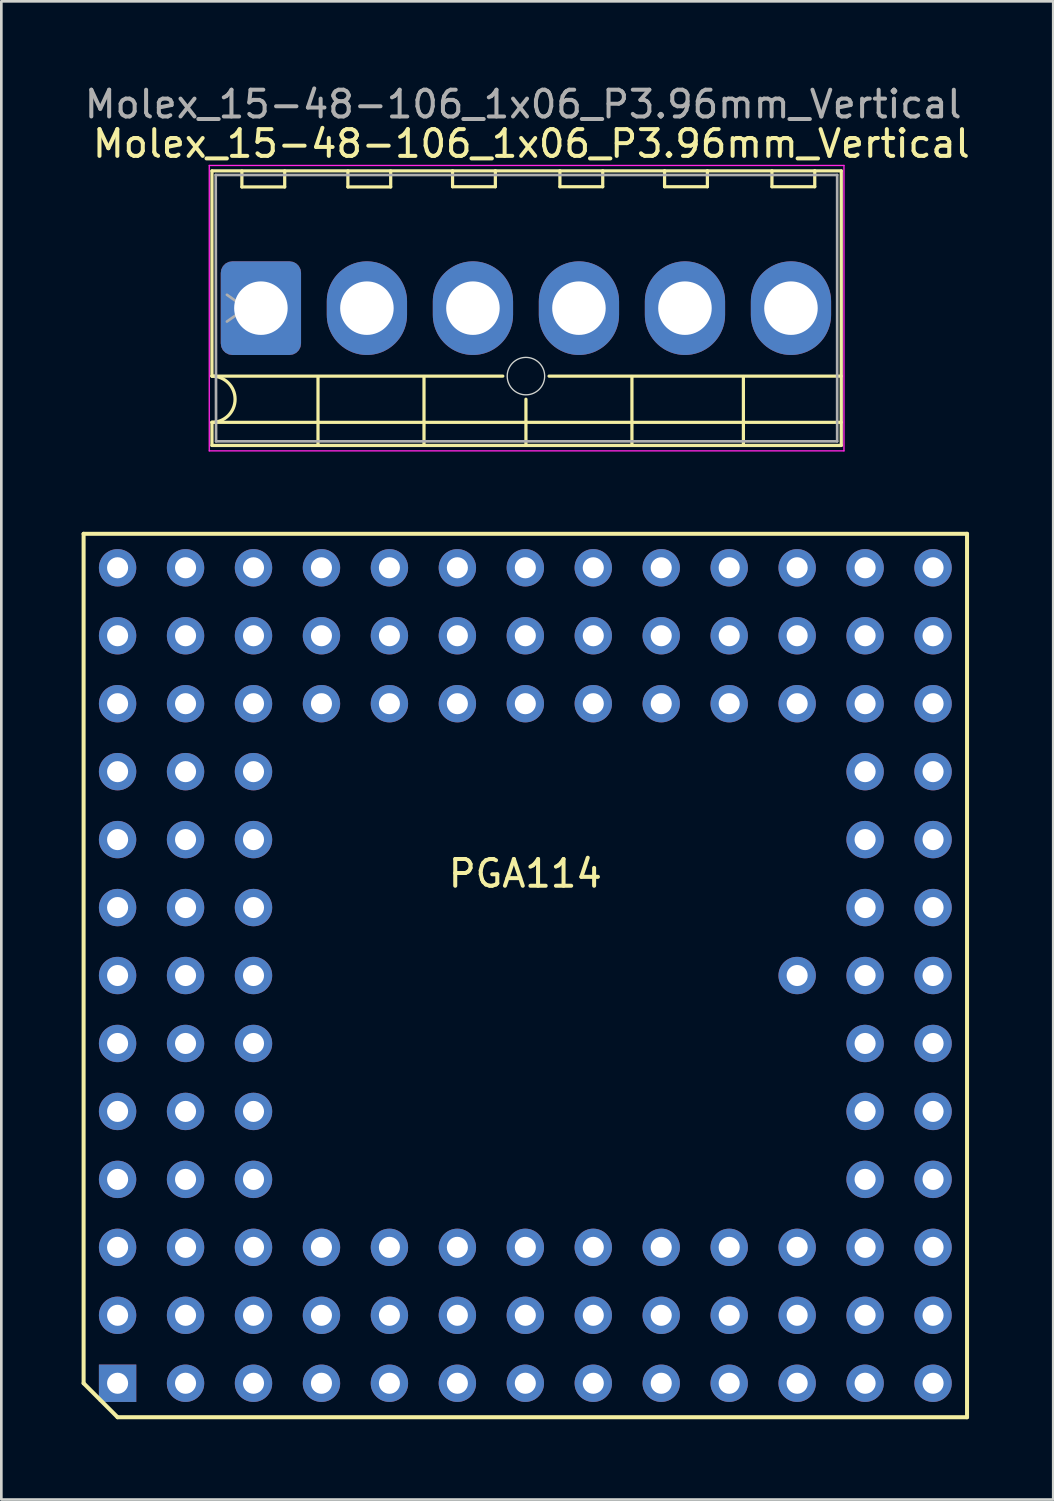
<source format=kicad_pcb>
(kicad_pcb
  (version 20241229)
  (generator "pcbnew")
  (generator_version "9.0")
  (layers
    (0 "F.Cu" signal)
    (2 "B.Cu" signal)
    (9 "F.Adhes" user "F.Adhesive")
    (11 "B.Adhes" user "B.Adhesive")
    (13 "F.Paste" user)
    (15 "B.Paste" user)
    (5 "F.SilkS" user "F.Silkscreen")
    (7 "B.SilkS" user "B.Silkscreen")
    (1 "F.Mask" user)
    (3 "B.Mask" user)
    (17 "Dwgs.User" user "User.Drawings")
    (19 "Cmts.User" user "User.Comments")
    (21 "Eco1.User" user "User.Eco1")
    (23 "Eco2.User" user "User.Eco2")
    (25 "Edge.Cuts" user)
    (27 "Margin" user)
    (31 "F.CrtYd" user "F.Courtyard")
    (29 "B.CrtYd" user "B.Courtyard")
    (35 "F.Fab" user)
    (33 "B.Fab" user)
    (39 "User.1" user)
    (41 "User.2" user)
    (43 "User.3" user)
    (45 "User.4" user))
  (footprint "PGA114"
    (layer "F.Cu")
    (at 16.585 33.412)
    (property "Reference" "PGA114" (at 0 -3.81 0) (layer "F.SilkS") (effects (font (size 1 1) (thickness 0.15))))
    (attr through_hole)
    (fp_line (start -16.51 -16.51) (end 16.51 -16.51) (stroke (width 0.15) (type solid)) (layer "F.SilkS"))
    (fp_line (start -16.51 15.24) (end -16.51 -16.51) (stroke (width 0.15) (type solid)) (layer "F.SilkS"))
    (fp_line (start -16.51 15.24) (end -15.24 16.51) (stroke (width 0.15) (type solid)) (layer "F.SilkS"))
    (fp_line (start 16.51 -16.51) (end 16.51 16.51) (stroke (width 0.15) (type solid)) (layer "F.SilkS"))
    (fp_line (start 16.51 16.51) (end -15.24 16.51) (stroke (width 0.15) (type solid)) (layer "F.SilkS"))
    (pad "A1" thru_hole rect (at -15.24 15.24) (size 1.397 1.397) (drill 0.787) (layers "*.Cu" "*.Mask"))
    (pad "A2" thru_hole circle (at -12.7 15.24) (size 1.397 1.397) (drill 0.787) (layers "*.Cu" "*.Mask"))
    (pad "A3" thru_hole circle (at -10.16 15.24) (size 1.397 1.397) (drill 0.787) (layers "*.Cu" "*.Mask"))
    (pad "A4" thru_hole circle (at -7.62 15.24) (size 1.397 1.397) (drill 0.787) (layers "*.Cu" "*.Mask"))
    (pad "A5" thru_hole circle (at -5.08 15.24) (size 1.397 1.397) (drill 0.787) (layers "*.Cu" "*.Mask"))
    (pad "A6" thru_hole circle (at -2.54 15.24) (size 1.397 1.397) (drill 0.787) (layers "*.Cu" "*.Mask"))
    (pad "A7" thru_hole circle (at 0 15.24) (size 1.397 1.397) (drill 0.787) (layers "*.Cu" "*.Mask"))
    (pad "A8" thru_hole circle (at 2.54 15.24) (size 1.397 1.397) (drill 0.787) (layers "*.Cu" "*.Mask"))
    (pad "A9" thru_hole circle (at 5.08 15.24) (size 1.397 1.397) (drill 0.787) (layers "*.Cu" "*.Mask"))
    (pad "A10" thru_hole circle (at 7.62 15.24) (size 1.397 1.397) (drill 0.787) (layers "*.Cu" "*.Mask"))
    (pad "A11" thru_hole circle (at 10.16 15.24) (size 1.397 1.397) (drill 0.787) (layers "*.Cu" "*.Mask"))
    (pad "A12" thru_hole circle (at 12.7 15.24) (size 1.397 1.397) (drill 0.787) (layers "*.Cu" "*.Mask"))
    (pad "A13" thru_hole circle (at 15.24 15.24) (size 1.397 1.397) (drill 0.787) (layers "*.Cu" "*.Mask"))
    (pad "B1" thru_hole circle (at -15.24 12.7) (size 1.397 1.397) (drill 0.787) (layers "*.Cu" "*.Mask"))
    (pad "B2" thru_hole circle (at -12.7 12.7) (size 1.397 1.397) (drill 0.787) (layers "*.Cu" "*.Mask"))
    (pad "B3" thru_hole circle (at -10.16 12.7) (size 1.397 1.397) (drill 0.787) (layers "*.Cu" "*.Mask"))
    (pad "B4" thru_hole circle (at -7.62 12.7) (size 1.397 1.397) (drill 0.787) (layers "*.Cu" "*.Mask"))
    (pad "B5" thru_hole circle (at -5.08 12.7) (size 1.397 1.397) (drill 0.787) (layers "*.Cu" "*.Mask"))
    (pad "B6" thru_hole circle (at -2.54 12.7) (size 1.397 1.397) (drill 0.787) (layers "*.Cu" "*.Mask"))
    (pad "B7" thru_hole circle (at 0 12.7) (size 1.397 1.397) (drill 0.787) (layers "*.Cu" "*.Mask"))
    (pad "B8" thru_hole circle (at 2.54 12.7) (size 1.397 1.397) (drill 0.787) (layers "*.Cu" "*.Mask"))
    (pad "B9" thru_hole circle (at 5.08 12.7) (size 1.397 1.397) (drill 0.787) (layers "*.Cu" "*.Mask"))
    (pad "B10" thru_hole circle (at 7.62 12.7) (size 1.397 1.397) (drill 0.787) (layers "*.Cu" "*.Mask"))
    (pad "B11" thru_hole circle (at 10.16 12.7) (size 1.397 1.397) (drill 0.787) (layers "*.Cu" "*.Mask"))
    (pad "B12" thru_hole circle (at 12.7 12.7) (size 1.397 1.397) (drill 0.787) (layers "*.Cu" "*.Mask"))
    (pad "B13" thru_hole circle (at 15.24 12.7) (size 1.397 1.397) (drill 0.787) (layers "*.Cu" "*.Mask"))
    (pad "C1" thru_hole circle (at -15.24 10.16) (size 1.397 1.397) (drill 0.787) (layers "*.Cu" "*.Mask"))
    (pad "C2" thru_hole circle (at -12.7 10.16) (size 1.397 1.397) (drill 0.787) (layers "*.Cu" "*.Mask"))
    (pad "C3" thru_hole circle (at -10.16 10.16) (size 1.397 1.397) (drill 0.787) (layers "*.Cu" "*.Mask"))
    (pad "C4" thru_hole circle (at -7.62 10.16) (size 1.397 1.397) (drill 0.787) (layers "*.Cu" "*.Mask"))
    (pad "C5" thru_hole circle (at -5.08 10.16) (size 1.397 1.397) (drill 0.787) (layers "*.Cu" "*.Mask"))
    (pad "C6" thru_hole circle (at -2.54 10.16) (size 1.397 1.397) (drill 0.787) (layers "*.Cu" "*.Mask"))
    (pad "C7" thru_hole circle (at 0 10.16) (size 1.397 1.397) (drill 0.787) (layers "*.Cu" "*.Mask"))
    (pad "C8" thru_hole circle (at 2.54 10.16) (size 1.397 1.397) (drill 0.787) (layers "*.Cu" "*.Mask"))
    (pad "C9" thru_hole circle (at 5.08 10.16) (size 1.397 1.397) (drill 0.787) (layers "*.Cu" "*.Mask"))
    (pad "C10" thru_hole circle (at 7.62 10.16) (size 1.397 1.397) (drill 0.787) (layers "*.Cu" "*.Mask"))
    (pad "C11" thru_hole circle (at 10.16 10.16) (size 1.397 1.397) (drill 0.787) (layers "*.Cu" "*.Mask"))
    (pad "C12" thru_hole circle (at 12.7 10.16) (size 1.397 1.397) (drill 0.787) (layers "*.Cu" "*.Mask"))
    (pad "C13" thru_hole circle (at 15.24 10.16) (size 1.397 1.397) (drill 0.787) (layers "*.Cu" "*.Mask"))
    (pad "D1" thru_hole circle (at -15.24 7.62) (size 1.397 1.397) (drill 0.787) (layers "*.Cu" "*.Mask"))
    (pad "D2" thru_hole circle (at -12.7 7.62) (size 1.397 1.397) (drill 0.787) (layers "*.Cu" "*.Mask"))
    (pad "D3" thru_hole circle (at -10.16 7.62) (size 1.397 1.397) (drill 0.787) (layers "*.Cu" "*.Mask"))
    (pad "D12" thru_hole circle (at 12.7 7.62) (size 1.397 1.397) (drill 0.787) (layers "*.Cu" "*.Mask"))
    (pad "D13" thru_hole circle (at 15.24 7.62) (size 1.397 1.397) (drill 0.787) (layers "*.Cu" "*.Mask"))
    (pad "E1" thru_hole circle (at -15.24 5.08) (size 1.397 1.397) (drill 0.787) (layers "*.Cu" "*.Mask"))
    (pad "E2" thru_hole circle (at -12.7 5.08) (size 1.397 1.397) (drill 0.787) (layers "*.Cu" "*.Mask"))
    (pad "E3" thru_hole circle (at -10.16 5.08) (size 1.397 1.397) (drill 0.787) (layers "*.Cu" "*.Mask"))
    (pad "E12" thru_hole circle (at 12.7 5.08) (size 1.397 1.397) (drill 0.787) (layers "*.Cu" "*.Mask"))
    (pad "E13" thru_hole circle (at 15.24 5.08) (size 1.397 1.397) (drill 0.787) (layers "*.Cu" "*.Mask"))
    (pad "F1" thru_hole circle (at -15.24 2.54) (size 1.397 1.397) (drill 0.787) (layers "*.Cu" "*.Mask"))
    (pad "F2" thru_hole circle (at -12.7 2.54) (size 1.397 1.397) (drill 0.787) (layers "*.Cu" "*.Mask"))
    (pad "F3" thru_hole circle (at -10.16 2.54) (size 1.397 1.397) (drill 0.787) (layers "*.Cu" "*.Mask"))
    (pad "F12" thru_hole circle (at 12.7 2.54) (size 1.397 1.397) (drill 0.787) (layers "*.Cu" "*.Mask"))
    (pad "F13" thru_hole circle (at 15.24 2.54) (size 1.397 1.397) (drill 0.787) (layers "*.Cu" "*.Mask"))
    (pad "G1" thru_hole circle (at -15.24 0) (size 1.397 1.397) (drill 0.787) (layers "*.Cu" "*.Mask"))
    (pad "G2" thru_hole circle (at -12.7 0) (size 1.397 1.397) (drill 0.787) (layers "*.Cu" "*.Mask"))
    (pad "G3" thru_hole circle (at -10.16 0) (size 1.397 1.397) (drill 0.787) (layers "*.Cu" "*.Mask"))
    (pad "G11" thru_hole circle (at 10.16 0) (size 1.397 1.397) (drill 0.787) (layers "*.Cu" "*.Mask"))
    (pad "G12" thru_hole circle (at 12.7 0) (size 1.397 1.397) (drill 0.787) (layers "*.Cu" "*.Mask"))
    (pad "G13" thru_hole circle (at 15.24 0) (size 1.397 1.397) (drill 0.787) (layers "*.Cu" "*.Mask"))
    (pad "H1" thru_hole circle (at -15.24 -2.54) (size 1.397 1.397) (drill 0.787) (layers "*.Cu" "*.Mask"))
    (pad "H2" thru_hole circle (at -12.7 -2.54) (size 1.397 1.397) (drill 0.787) (layers "*.Cu" "*.Mask"))
    (pad "H3" thru_hole circle (at -10.16 -2.54) (size 1.397 1.397) (drill 0.787) (layers "*.Cu" "*.Mask"))
    (pad "H12" thru_hole circle (at 12.7 -2.54) (size 1.397 1.397) (drill 0.787) (layers "*.Cu" "*.Mask"))
    (pad "H13" thru_hole circle (at 15.24 -2.54) (size 1.397 1.397) (drill 0.787) (layers "*.Cu" "*.Mask"))
    (pad "J1" thru_hole circle (at -15.24 -5.08) (size 1.397 1.397) (drill 0.787) (layers "*.Cu" "*.Mask"))
    (pad "J2" thru_hole circle (at -12.7 -5.08) (size 1.397 1.397) (drill 0.787) (layers "*.Cu" "*.Mask"))
    (pad "J3" thru_hole circle (at -10.16 -5.08) (size 1.397 1.397) (drill 0.787) (layers "*.Cu" "*.Mask"))
    (pad "J12" thru_hole circle (at 12.7 -5.08) (size 1.397 1.397) (drill 0.787) (layers "*.Cu" "*.Mask"))
    (pad "J13" thru_hole circle (at 15.24 -5.08) (size 1.397 1.397) (drill 0.787) (layers "*.Cu" "*.Mask"))
    (pad "K1" thru_hole circle (at -15.24 -7.62) (size 1.397 1.397) (drill 0.787) (layers "*.Cu" "*.Mask"))
    (pad "K2" thru_hole circle (at -12.7 -7.62) (size 1.397 1.397) (drill 0.787) (layers "*.Cu" "*.Mask"))
    (pad "K3" thru_hole circle (at -10.16 -7.62) (size 1.397 1.397) (drill 0.787) (layers "*.Cu" "*.Mask"))
    (pad "K12" thru_hole circle (at 12.7 -7.62) (size 1.397 1.397) (drill 0.787) (layers "*.Cu" "*.Mask"))
    (pad "K13" thru_hole circle (at 15.24 -7.62) (size 1.397 1.397) (drill 0.787) (layers "*.Cu" "*.Mask"))
    (pad "L1" thru_hole circle (at -15.24 -10.16) (size 1.397 1.397) (drill 0.787) (layers "*.Cu" "*.Mask"))
    (pad "L2" thru_hole circle (at -12.7 -10.16) (size 1.397 1.397) (drill 0.787) (layers "*.Cu" "*.Mask"))
    (pad "L3" thru_hole circle (at -10.16 -10.16) (size 1.397 1.397) (drill 0.787) (layers "*.Cu" "*.Mask"))
    (pad "L4" thru_hole circle (at -7.62 -10.16) (size 1.397 1.397) (drill 0.787) (layers "*.Cu" "*.Mask"))
    (pad "L5" thru_hole circle (at -5.08 -10.16) (size 1.397 1.397) (drill 0.787) (layers "*.Cu" "*.Mask"))
    (pad "L6" thru_hole circle (at -2.54 -10.16) (size 1.397 1.397) (drill 0.787) (layers "*.Cu" "*.Mask"))
    (pad "L7" thru_hole circle (at 0 -10.16) (size 1.397 1.397) (drill 0.787) (layers "*.Cu" "*.Mask"))
    (pad "L8" thru_hole circle (at 2.54 -10.16) (size 1.397 1.397) (drill 0.787) (layers "*.Cu" "*.Mask"))
    (pad "L9" thru_hole circle (at 5.08 -10.16) (size 1.397 1.397) (drill 0.787) (layers "*.Cu" "*.Mask"))
    (pad "L10" thru_hole circle (at 7.62 -10.16) (size 1.397 1.397) (drill 0.787) (layers "*.Cu" "*.Mask"))
    (pad "L11" thru_hole circle (at 10.16 -10.16) (size 1.397 1.397) (drill 0.787) (layers "*.Cu" "*.Mask"))
    (pad "L12" thru_hole circle (at 12.7 -10.16) (size 1.397 1.397) (drill 0.787) (layers "*.Cu" "*.Mask"))
    (pad "L13" thru_hole circle (at 15.24 -10.16) (size 1.397 1.397) (drill 0.787) (layers "*.Cu" "*.Mask"))
    (pad "M1" thru_hole circle (at -15.24 -12.7) (size 1.397 1.397) (drill 0.787) (layers "*.Cu" "*.Mask"))
    (pad "M2" thru_hole circle (at -12.7 -12.7) (size 1.397 1.397) (drill 0.787) (layers "*.Cu" "*.Mask"))
    (pad "M3" thru_hole circle (at -10.16 -12.7) (size 1.397 1.397) (drill 0.787) (layers "*.Cu" "*.Mask"))
    (pad "M4" thru_hole circle (at -7.62 -12.7) (size 1.397 1.397) (drill 0.787) (layers "*.Cu" "*.Mask"))
    (pad "M5" thru_hole circle (at -5.08 -12.7) (size 1.397 1.397) (drill 0.787) (layers "*.Cu" "*.Mask"))
    (pad "M6" thru_hole circle (at -2.54 -12.7) (size 1.397 1.397) (drill 0.787) (layers "*.Cu" "*.Mask"))
    (pad "M7" thru_hole circle (at 0 -12.7) (size 1.397 1.397) (drill 0.787) (layers "*.Cu" "*.Mask"))
    (pad "M8" thru_hole circle (at 2.54 -12.7) (size 1.397 1.397) (drill 0.787) (layers "*.Cu" "*.Mask"))
    (pad "M9" thru_hole circle (at 5.08 -12.7) (size 1.397 1.397) (drill 0.787) (layers "*.Cu" "*.Mask"))
    (pad "M10" thru_hole circle (at 7.62 -12.7) (size 1.397 1.397) (drill 0.787) (layers "*.Cu" "*.Mask"))
    (pad "M11" thru_hole circle (at 10.16 -12.7) (size 1.397 1.397) (drill 0.787) (layers "*.Cu" "*.Mask"))
    (pad "M12" thru_hole circle (at 12.7 -12.7) (size 1.397 1.397) (drill 0.787) (layers "*.Cu" "*.Mask"))
    (pad "M13" thru_hole circle (at 15.24 -12.7) (size 1.397 1.397) (drill 0.787) (layers "*.Cu" "*.Mask"))
    (pad "N1" thru_hole circle (at -15.24 -15.24) (size 1.397 1.397) (drill 0.787) (layers "*.Cu" "*.Mask"))
    (pad "N2" thru_hole circle (at -12.7 -15.24) (size 1.397 1.397) (drill 0.787) (layers "*.Cu" "*.Mask"))
    (pad "N3" thru_hole circle (at -10.16 -15.24) (size 1.397 1.397) (drill 0.787) (layers "*.Cu" "*.Mask"))
    (pad "N4" thru_hole circle (at -7.62 -15.24) (size 1.397 1.397) (drill 0.787) (layers "*.Cu" "*.Mask"))
    (pad "N5" thru_hole circle (at -5.08 -15.24) (size 1.397 1.397) (drill 0.787) (layers "*.Cu" "*.Mask"))
    (pad "N6" thru_hole circle (at -2.54 -15.24) (size 1.397 1.397) (drill 0.787) (layers "*.Cu" "*.Mask"))
    (pad "N7" thru_hole circle (at 0 -15.24) (size 1.397 1.397) (drill 0.787) (layers "*.Cu" "*.Mask"))
    (pad "N8" thru_hole circle (at 2.54 -15.24) (size 1.397 1.397) (drill 0.787) (layers "*.Cu" "*.Mask"))
    (pad "N9" thru_hole circle (at 5.08 -15.24) (size 1.397 1.397) (drill 0.787) (layers "*.Cu" "*.Mask"))
    (pad "N10" thru_hole circle (at 7.62 -15.24) (size 1.397 1.397) (drill 0.787) (layers "*.Cu" "*.Mask"))
    (pad "N11" thru_hole circle (at 10.16 -15.24) (size 1.397 1.397) (drill 0.787) (layers "*.Cu" "*.Mask"))
    (pad "N12" thru_hole circle (at 12.7 -15.24) (size 1.397 1.397) (drill 0.787) (layers "*.Cu" "*.Mask"))
    (pad "N13" thru_hole circle (at 15.24 -15.24) (size 1.397 1.397) (drill 0.787) (layers "*.Cu" "*.Mask")))
  (footprint "Molex_15-48-106_1x06_P3.96mm_Vertical"
    (layer "F.Cu")
    (at 6.702 8.468)
    (property "Reference" "Molex_15-48-106_1x06_P3.96mm_Vertical" (at 10.109 -6.147 0) (layer "F.SilkS") (effects (font (size 1 1) (thickness 0.15))))
    (attr through_hole)
    (fp_line (start -1.829 -5.131) (end -1.829 2.54) (stroke (width 0.12) (type solid)) (layer "F.SilkS"))
    (fp_line (start -1.829 2.54) (end 9.042 2.54) (stroke (width 0.12) (type solid)) (layer "F.SilkS"))
    (fp_line (start -1.829 4.267) (end 21.692 4.267) (stroke (width 0.12) (type solid)) (layer "F.SilkS"))
    (fp_line (start -1.829 5.131) (end -1.829 4.267) (stroke (width 0.12) (type solid)) (layer "F.SilkS"))
    (fp_line (start -1.829 5.131) (end 21.692 5.131) (stroke (width 0.12) (type solid)) (layer "F.SilkS"))
    (fp_line (start -0.711 -5.131) (end -0.711 -4.531) (stroke (width 0.12) (type solid)) (layer "F.SilkS"))
    (fp_line (start -0.711 -4.531) (end 0.889 -4.531) (stroke (width 0.12) (type solid)) (layer "F.SilkS"))
    (fp_line (start 0.889 -4.531) (end 0.889 -5.131) (stroke (width 0.12) (type solid)) (layer "F.SilkS"))
    (fp_line (start 2.134 5.131) (end 2.134 2.557) (stroke (width 0.12) (type solid)) (layer "F.SilkS"))
    (fp_line (start 3.251 -5.131) (end 3.251 -4.531) (stroke (width 0.12) (type solid)) (layer "F.SilkS"))
    (fp_line (start 3.251 -4.531) (end 4.851 -4.531) (stroke (width 0.12) (type solid)) (layer "F.SilkS"))
    (fp_line (start 4.851 -4.531) (end 4.851 -5.131) (stroke (width 0.12) (type solid)) (layer "F.SilkS"))
    (fp_line (start 6.096 5.131) (end 6.096 2.556) (stroke (width 0.12) (type solid)) (layer "F.SilkS"))
    (fp_line (start 7.163 -5.139) (end 7.163 -4.539) (stroke (width 0.12) (type solid)) (layer "F.SilkS"))
    (fp_line (start 7.163 -4.539) (end 8.763 -4.539) (stroke (width 0.12) (type solid)) (layer "F.SilkS"))
    (fp_line (start 8.763 -4.539) (end 8.763 -5.139) (stroke (width 0.12) (type solid)) (layer "F.SilkS"))
    (fp_line (start 9.906 5.08) (end 9.906 3.404) (stroke (width 0.12) (type solid)) (layer "F.SilkS"))
    (fp_line (start 10.77 2.54) (end 21.692 2.54) (stroke (width 0.12) (type solid)) (layer "F.SilkS"))
    (fp_line (start 11.176 -5.139) (end 11.176 -4.539) (stroke (width 0.12) (type solid)) (layer "F.SilkS"))
    (fp_line (start 11.176 -4.539) (end 12.776 -4.539) (stroke (width 0.12) (type solid)) (layer "F.SilkS"))
    (fp_line (start 12.776 -4.539) (end 12.776 -5.139) (stroke (width 0.12) (type solid)) (layer "F.SilkS"))
    (fp_line (start 13.868 5.131) (end 13.868 2.556) (stroke (width 0.12) (type solid)) (layer "F.SilkS"))
    (fp_line (start 15.088 -5.139) (end 15.088 -4.539) (stroke (width 0.12) (type solid)) (layer "F.SilkS"))
    (fp_line (start 15.088 -4.539) (end 16.688 -4.539) (stroke (width 0.12) (type solid)) (layer "F.SilkS"))
    (fp_line (start 16.688 -4.539) (end 16.688 -5.139) (stroke (width 0.12) (type solid)) (layer "F.SilkS"))
    (fp_line (start 18.034 5.131) (end 18.034 2.556) (stroke (width 0.12) (type solid)) (layer "F.SilkS"))
    (fp_line (start 19.101 -5.139) (end 19.101 -4.539) (stroke (width 0.12) (type solid)) (layer "F.SilkS"))
    (fp_line (start 19.101 -4.539) (end 20.701 -4.539) (stroke (width 0.12) (type solid)) (layer "F.SilkS"))
    (fp_line (start 20.701 -4.539) (end 20.701 -5.139) (stroke (width 0.12) (type solid)) (layer "F.SilkS"))
    (fp_line (start 21.692 -5.131) (end -1.829 -5.131) (stroke (width 0.12) (type solid)) (layer "F.SilkS"))
    (fp_line (start 21.692 5.131) (end 21.692 -5.131) (stroke (width 0.12) (type solid)) (layer "F.SilkS"))
    (fp_arc (start -1.8288 2.54) (mid -0.9652 3.4036) (end -1.8288 4.2672) (stroke (width 0.12) (type default)) (layer "F.SilkS"))
    (fp_circle (center 9.906 2.54) (end 10.606 2.54) (stroke (width 0.05) (type default)) (fill no) (layer "Edge.Cuts"))
    (fp_line (start -1.93 -5.334) (end -1.93 5.334) (stroke (width 0.05) (type solid)) (layer "F.CrtYd"))
    (fp_line (start -1.93 5.334) (end 21.793 5.334) (stroke (width 0.05) (type solid)) (layer "F.CrtYd"))
    (fp_line (start 21.793 -5.334) (end -1.93 -5.334) (stroke (width 0.05) (type solid)) (layer "F.CrtYd"))
    (fp_line (start 21.793 5.334) (end 21.793 -5.334) (stroke (width 0.05) (type solid)) (layer "F.CrtYd"))
    (fp_line (start -1.689 -4.978) (end -1.676 4.978) (stroke (width 0.1) (type solid)) (layer "F.Fab"))
    (fp_line (start -1.676 4.978) (end 21.539 4.978) (stroke (width 0.1) (type solid)) (layer "F.Fab"))
    (fp_line (start -1.27 -0.5) (end -0.563 0) (stroke (width 0.1) (type solid)) (layer "F.Fab"))
    (fp_line (start -0.563 0) (end -1.27 0.5) (stroke (width 0.1) (type solid)) (layer "F.Fab"))
    (fp_line (start 21.539 -4.978) (end -1.689 -4.978) (stroke (width 0.1) (type solid)) (layer "F.Fab"))
    (fp_line (start 21.539 4.978) (end 21.539 -4.978) (stroke (width 0.1) (type solid)) (layer "F.Fab"))
    (fp_text user "${REFERENCE}" (at 9.804 -7.62 0) (layer "F.Fab") (effects (font (size 1 1) (thickness 0.15))))
    (pad "1" thru_hole roundrect (at 0 0) (size 3 3.5) (drill 2) (layers "*.Cu" "*.Mask") (roundrect_rratio 0.144))
    (pad "2" thru_hole oval (at 3.962 0) (size 3 3.5) (drill 2) (layers "*.Cu" "*.Mask"))
    (pad "3" thru_hole oval (at 7.925 0) (size 3 3.5) (drill 2) (layers "*.Cu" "*.Mask"))
    (pad "4" thru_hole oval (at 11.887 0) (size 3 3.5) (drill 2) (layers "*.Cu" "*.Mask"))
    (pad "5" thru_hole oval (at 15.85 0) (size 3 3.5) (drill 2) (layers "*.Cu" "*.Mask"))
    (pad "6" thru_hole oval (at 19.812 0) (size 3 3.5) (drill 2) (layers "*.Cu" "*.Mask")))
  (gr_rect
    (start -3 -3)
    (end 36.317 52.997)
    (stroke (width 0.1) (type default))
    (fill no)
    (layer "Edge.Cuts")))
</source>
